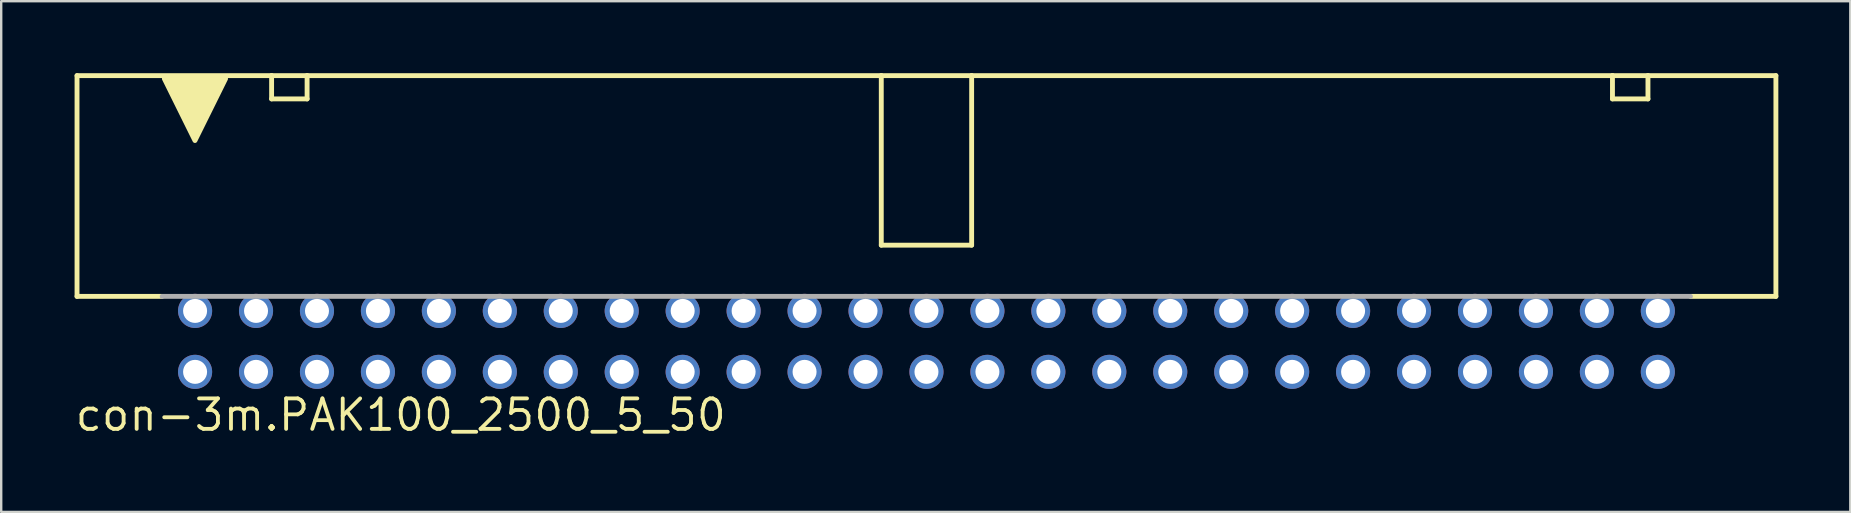
<source format=kicad_pcb>
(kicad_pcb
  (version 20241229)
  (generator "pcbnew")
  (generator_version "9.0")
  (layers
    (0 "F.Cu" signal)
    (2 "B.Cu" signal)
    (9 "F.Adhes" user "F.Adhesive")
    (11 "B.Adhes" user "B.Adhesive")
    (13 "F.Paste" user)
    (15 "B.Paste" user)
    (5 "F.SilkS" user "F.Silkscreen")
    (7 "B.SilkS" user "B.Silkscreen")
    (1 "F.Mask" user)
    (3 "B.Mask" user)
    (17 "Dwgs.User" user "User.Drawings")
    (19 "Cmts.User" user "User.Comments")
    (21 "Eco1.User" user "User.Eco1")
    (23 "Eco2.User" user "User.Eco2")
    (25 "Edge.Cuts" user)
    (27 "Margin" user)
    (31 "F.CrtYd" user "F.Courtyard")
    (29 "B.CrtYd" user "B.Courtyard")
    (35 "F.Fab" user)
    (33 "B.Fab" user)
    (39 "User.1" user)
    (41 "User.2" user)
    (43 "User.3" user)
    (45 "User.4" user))
  (footprint "con-3m.PAK100_2500_5_50"
    (layer "F.Cu")
    (at 35.56 11.177)
    (property "Reference" "con-3m.PAK100_2500_5_50" (at -35.56 3.81 0) (layer "F.SilkS") (effects (font (size 1.27 1.27) (thickness 0.16)) (justify left bottom)))
    (attr through_hole)
    (fp_line (start -35.4 -11.075) (end -35.4 -1.875) (stroke (width 0.203) (type default)) (layer "F.SilkS"))
    (fp_line (start -31.856 -1.875) (end -35.4 -1.875) (stroke (width 0.203) (type default)) (layer "F.SilkS"))
    (fp_line (start -27.291 -11.075) (end -35.4 -11.075) (stroke (width 0.203) (type default)) (layer "F.SilkS"))
    (fp_line (start -27.291 -11.075) (end -25.812 -11.075) (stroke (width 0.203) (type default)) (layer "F.SilkS"))
    (fp_line (start -27.291 -10.105) (end -27.291 -11.075) (stroke (width 0.203) (type default)) (layer "F.SilkS"))
    (fp_line (start -25.812 -11.075) (end -25.812 -10.105) (stroke (width 0.203) (type default)) (layer "F.SilkS"))
    (fp_line (start -25.812 -10.105) (end -27.291 -10.105) (stroke (width 0.203) (type default)) (layer "F.SilkS"))
    (fp_line (start -1.883 -11.075) (end -25.812 -11.075) (stroke (width 0.203) (type default)) (layer "F.SilkS"))
    (fp_line (start -1.883 -4.01) (end -1.883 -11.075) (stroke (width 0.203) (type default)) (layer "F.SilkS"))
    (fp_line (start 1.883 -11.075) (end -1.883 -11.075) (stroke (width 0.203) (type default)) (layer "F.SilkS"))
    (fp_line (start 1.883 -11.075) (end 1.883 -4.01) (stroke (width 0.203) (type default)) (layer "F.SilkS"))
    (fp_line (start 1.883 -4.01) (end -1.883 -4.01) (stroke (width 0.203) (type default)) (layer "F.SilkS"))
    (fp_line (start 28.589 -11.075) (end 1.883 -11.075) (stroke (width 0.203) (type default)) (layer "F.SilkS"))
    (fp_line (start 28.589 -11.075) (end 30.068 -11.075) (stroke (width 0.203) (type default)) (layer "F.SilkS"))
    (fp_line (start 28.589 -10.105) (end 28.589 -11.075) (stroke (width 0.203) (type default)) (layer "F.SilkS"))
    (fp_line (start 30.068 -11.075) (end 30.068 -10.105) (stroke (width 0.203) (type default)) (layer "F.SilkS"))
    (fp_line (start 30.068 -10.105) (end 28.589 -10.105) (stroke (width 0.203) (type default)) (layer "F.SilkS"))
    (fp_line (start 35.4 -11.075) (end 30.068 -11.075) (stroke (width 0.203) (type default)) (layer "F.SilkS"))
    (fp_line (start 35.4 -1.875) (end 31.843 -1.875) (stroke (width 0.203) (type default)) (layer "F.SilkS"))
    (fp_line (start 35.4 -1.875) (end 35.4 -11.075) (stroke (width 0.203) (type default)) (layer "F.SilkS"))
    (fp_poly (pts (xy -31.76 -10.945) (xy -29.21 -10.945) (xy -30.485 -8.37)) (stroke (width 0.203) (type default)) (fill yes) (layer "F.SilkS"))
    (fp_line (start 31.839 -1.875) (end -31.852 -1.875) (stroke (width 0.203) (type default)) (layer "F.Fab"))
    (pad "1" thru_hole circle (at -30.48 1.27) (size 1.422 1.422) (drill 1) (layers "*.Cu" "*.Mask"))
    (pad "2" thru_hole circle (at -30.48 -1.27) (size 1.422 1.422) (drill 1) (layers "*.Cu" "*.Mask"))
    (pad "3" thru_hole circle (at -27.94 1.27) (size 1.422 1.422) (drill 1) (layers "*.Cu" "*.Mask"))
    (pad "4" thru_hole circle (at -27.94 -1.27) (size 1.422 1.422) (drill 1) (layers "*.Cu" "*.Mask"))
    (pad "5" thru_hole circle (at -25.4 1.27) (size 1.422 1.422) (drill 1) (layers "*.Cu" "*.Mask"))
    (pad "6" thru_hole circle (at -25.4 -1.27) (size 1.422 1.422) (drill 1) (layers "*.Cu" "*.Mask"))
    (pad "7" thru_hole circle (at -22.86 1.27) (size 1.422 1.422) (drill 1) (layers "*.Cu" "*.Mask"))
    (pad "8" thru_hole circle (at -22.86 -1.27) (size 1.422 1.422) (drill 1) (layers "*.Cu" "*.Mask"))
    (pad "9" thru_hole circle (at -20.32 1.27) (size 1.422 1.422) (drill 1) (layers "*.Cu" "*.Mask"))
    (pad "10" thru_hole circle (at -20.32 -1.27) (size 1.422 1.422) (drill 1) (layers "*.Cu" "*.Mask"))
    (pad "11" thru_hole circle (at -17.78 1.27) (size 1.422 1.422) (drill 1) (layers "*.Cu" "*.Mask"))
    (pad "12" thru_hole circle (at -17.78 -1.27) (size 1.422 1.422) (drill 1) (layers "*.Cu" "*.Mask"))
    (pad "13" thru_hole circle (at -15.24 1.27) (size 1.422 1.422) (drill 1) (layers "*.Cu" "*.Mask"))
    (pad "14" thru_hole circle (at -15.24 -1.27) (size 1.422 1.422) (drill 1) (layers "*.Cu" "*.Mask"))
    (pad "15" thru_hole circle (at -12.7 1.27) (size 1.422 1.422) (drill 1) (layers "*.Cu" "*.Mask"))
    (pad "16" thru_hole circle (at -12.7 -1.27) (size 1.422 1.422) (drill 1) (layers "*.Cu" "*.Mask"))
    (pad "17" thru_hole circle (at -10.16 1.27) (size 1.422 1.422) (drill 1) (layers "*.Cu" "*.Mask"))
    (pad "18" thru_hole circle (at -10.16 -1.27) (size 1.422 1.422) (drill 1) (layers "*.Cu" "*.Mask"))
    (pad "19" thru_hole circle (at -7.62 1.27) (size 1.422 1.422) (drill 1) (layers "*.Cu" "*.Mask"))
    (pad "20" thru_hole circle (at -7.62 -1.27) (size 1.422 1.422) (drill 1) (layers "*.Cu" "*.Mask"))
    (pad "21" thru_hole circle (at -5.08 1.27) (size 1.422 1.422) (drill 1) (layers "*.Cu" "*.Mask"))
    (pad "22" thru_hole circle (at -5.08 -1.27) (size 1.422 1.422) (drill 1) (layers "*.Cu" "*.Mask"))
    (pad "23" thru_hole circle (at -2.54 1.27) (size 1.422 1.422) (drill 1) (layers "*.Cu" "*.Mask"))
    (pad "24" thru_hole circle (at -2.54 -1.27) (size 1.422 1.422) (drill 1) (layers "*.Cu" "*.Mask"))
    (pad "25" thru_hole circle (at 0 1.27) (size 1.422 1.422) (drill 1) (layers "*.Cu" "*.Mask"))
    (pad "26" thru_hole circle (at 0 -1.27) (size 1.422 1.422) (drill 1) (layers "*.Cu" "*.Mask"))
    (pad "27" thru_hole circle (at 2.54 1.27) (size 1.422 1.422) (drill 1) (layers "*.Cu" "*.Mask"))
    (pad "28" thru_hole circle (at 2.54 -1.27) (size 1.422 1.422) (drill 1) (layers "*.Cu" "*.Mask"))
    (pad "29" thru_hole circle (at 5.08 1.27) (size 1.422 1.422) (drill 1) (layers "*.Cu" "*.Mask"))
    (pad "30" thru_hole circle (at 5.08 -1.27) (size 1.422 1.422) (drill 1) (layers "*.Cu" "*.Mask"))
    (pad "31" thru_hole circle (at 7.62 1.27) (size 1.422 1.422) (drill 1) (layers "*.Cu" "*.Mask"))
    (pad "32" thru_hole circle (at 7.62 -1.27) (size 1.422 1.422) (drill 1) (layers "*.Cu" "*.Mask"))
    (pad "33" thru_hole circle (at 10.16 1.27) (size 1.422 1.422) (drill 1) (layers "*.Cu" "*.Mask"))
    (pad "34" thru_hole circle (at 10.16 -1.27) (size 1.422 1.422) (drill 1) (layers "*.Cu" "*.Mask"))
    (pad "35" thru_hole circle (at 12.7 1.27) (size 1.422 1.422) (drill 1) (layers "*.Cu" "*.Mask"))
    (pad "36" thru_hole circle (at 12.7 -1.27) (size 1.422 1.422) (drill 1) (layers "*.Cu" "*.Mask"))
    (pad "37" thru_hole circle (at 15.24 1.27) (size 1.422 1.422) (drill 1) (layers "*.Cu" "*.Mask"))
    (pad "38" thru_hole circle (at 15.24 -1.27) (size 1.422 1.422) (drill 1) (layers "*.Cu" "*.Mask"))
    (pad "39" thru_hole circle (at 17.78 1.27) (size 1.422 1.422) (drill 1) (layers "*.Cu" "*.Mask"))
    (pad "40" thru_hole circle (at 17.78 -1.27) (size 1.422 1.422) (drill 1) (layers "*.Cu" "*.Mask"))
    (pad "41" thru_hole circle (at 20.32 1.27) (size 1.422 1.422) (drill 1) (layers "*.Cu" "*.Mask"))
    (pad "42" thru_hole circle (at 20.32 -1.27) (size 1.422 1.422) (drill 1) (layers "*.Cu" "*.Mask"))
    (pad "43" thru_hole circle (at 22.86 1.27) (size 1.422 1.422) (drill 1) (layers "*.Cu" "*.Mask"))
    (pad "44" thru_hole circle (at 22.86 -1.27) (size 1.422 1.422) (drill 1) (layers "*.Cu" "*.Mask"))
    (pad "45" thru_hole circle (at 25.4 1.27) (size 1.422 1.422) (drill 1) (layers "*.Cu" "*.Mask"))
    (pad "46" thru_hole circle (at 25.4 -1.27) (size 1.422 1.422) (drill 1) (layers "*.Cu" "*.Mask"))
    (pad "47" thru_hole circle (at 27.94 1.27) (size 1.422 1.422) (drill 1) (layers "*.Cu" "*.Mask"))
    (pad "48" thru_hole circle (at 27.94 -1.27) (size 1.422 1.422) (drill 1) (layers "*.Cu" "*.Mask"))
    (pad "49" thru_hole circle (at 30.48 1.27) (size 1.422 1.422) (drill 1) (layers "*.Cu" "*.Mask"))
    (pad "50" thru_hole circle (at 30.48 -1.27) (size 1.422 1.422) (drill 1) (layers "*.Cu" "*.Mask")))
  (gr_rect
    (start -3 -3)
    (end 74.062 18.284)
    (stroke (width 0.1) (type default))
    (fill no)
    (layer "Edge.Cuts")))
</source>
